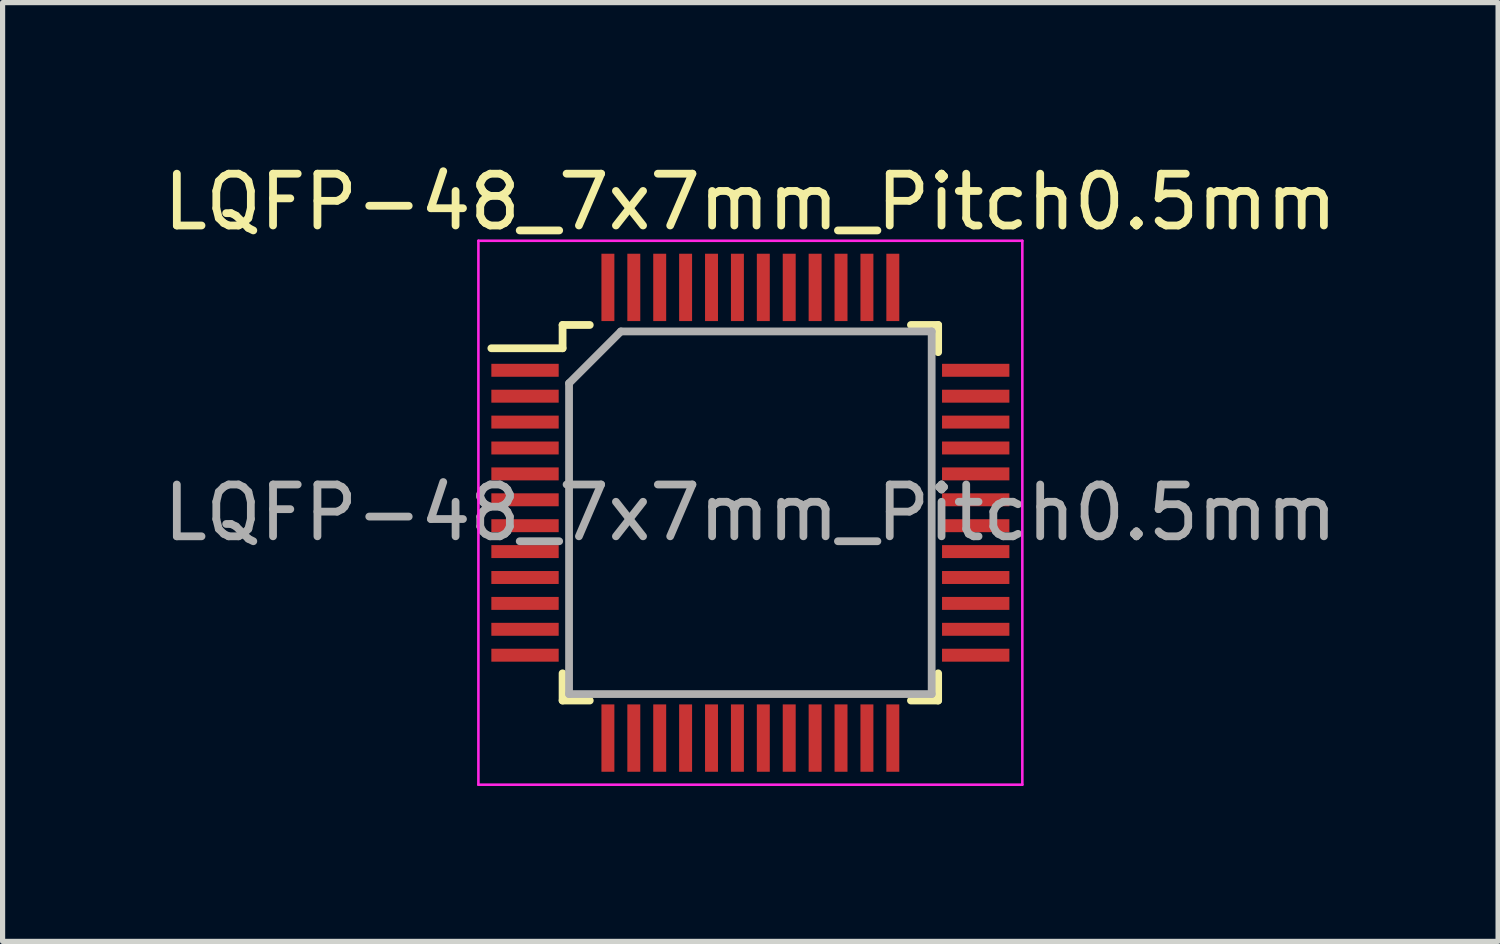
<source format=kicad_pcb>
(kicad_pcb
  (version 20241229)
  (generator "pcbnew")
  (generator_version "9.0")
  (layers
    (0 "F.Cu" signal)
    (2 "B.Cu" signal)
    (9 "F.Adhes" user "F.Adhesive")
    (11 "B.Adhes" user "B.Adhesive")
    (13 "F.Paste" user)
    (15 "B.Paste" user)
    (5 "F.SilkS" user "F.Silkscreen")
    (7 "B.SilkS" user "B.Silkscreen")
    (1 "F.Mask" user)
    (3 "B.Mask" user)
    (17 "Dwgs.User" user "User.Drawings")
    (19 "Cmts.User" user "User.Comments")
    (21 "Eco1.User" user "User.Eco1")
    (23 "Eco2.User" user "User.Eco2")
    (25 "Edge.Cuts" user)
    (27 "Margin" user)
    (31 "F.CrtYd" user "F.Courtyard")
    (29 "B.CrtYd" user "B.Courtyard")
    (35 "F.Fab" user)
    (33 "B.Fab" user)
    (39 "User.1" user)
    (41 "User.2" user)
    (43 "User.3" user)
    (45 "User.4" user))
  (footprint "LQFP-48_7x7mm_Pitch0.5mm"
    (layer "F.Cu")
    (at 11.435 6.848)
    (property "Reference" "LQFP-48_7x7mm_Pitch0.5mm" (at 0 -6 0) (layer "F.SilkS") (effects (font (size 1 1) (thickness 0.15))))
    (attr smd)
    (fp_line (start -3.625 -3.625) (end -3.625 -3.175) (stroke (width 0.15) (type solid)) (layer "F.SilkS"))
    (fp_line (start -3.625 -3.625) (end -3.1 -3.625) (stroke (width 0.15) (type solid)) (layer "F.SilkS"))
    (fp_line (start -3.625 -3.175) (end -5 -3.175) (stroke (width 0.15) (type solid)) (layer "F.SilkS"))
    (fp_line (start -3.625 3.625) (end -3.625 3.1) (stroke (width 0.15) (type solid)) (layer "F.SilkS"))
    (fp_line (start -3.625 3.625) (end -3.1 3.625) (stroke (width 0.15) (type solid)) (layer "F.SilkS"))
    (fp_line (start 3.625 -3.625) (end 3.1 -3.625) (stroke (width 0.15) (type solid)) (layer "F.SilkS"))
    (fp_line (start 3.625 -3.625) (end 3.625 -3.1) (stroke (width 0.15) (type solid)) (layer "F.SilkS"))
    (fp_line (start 3.625 3.625) (end 3.1 3.625) (stroke (width 0.15) (type solid)) (layer "F.SilkS"))
    (fp_line (start 3.625 3.625) (end 3.625 3.1) (stroke (width 0.15) (type solid)) (layer "F.SilkS"))
    (fp_line (start -5.25 -5.25) (end -5.25 5.25) (stroke (width 0.05) (type solid)) (layer "F.CrtYd"))
    (fp_line (start -5.25 -5.25) (end 5.25 -5.25) (stroke (width 0.05) (type solid)) (layer "F.CrtYd"))
    (fp_line (start -5.25 5.25) (end 5.25 5.25) (stroke (width 0.05) (type solid)) (layer "F.CrtYd"))
    (fp_line (start 5.25 -5.25) (end 5.25 5.25) (stroke (width 0.05) (type solid)) (layer "F.CrtYd"))
    (fp_line (start -3.5 -2.5) (end -2.5 -3.5) (stroke (width 0.15) (type solid)) (layer "F.Fab"))
    (fp_line (start -3.5 3.5) (end -3.5 -2.5) (stroke (width 0.15) (type solid)) (layer "F.Fab"))
    (fp_line (start -2.5 -3.5) (end 3.5 -3.5) (stroke (width 0.15) (type solid)) (layer "F.Fab"))
    (fp_line (start 3.5 -3.5) (end 3.5 3.5) (stroke (width 0.15) (type solid)) (layer "F.Fab"))
    (fp_line (start 3.5 3.5) (end -3.5 3.5) (stroke (width 0.15) (type solid)) (layer "F.Fab"))
    (fp_text user "${REFERENCE}" (at 0 0 0) (layer "F.Fab") (effects (font (size 1 1) (thickness 0.15))))
    (pad "1" smd rect (at -4.35 -2.75) (size 1.3 0.25) (layers "F.Cu" "F.Mask" "F.Paste"))
    (pad "2" smd rect (at -4.35 -2.25) (size 1.3 0.25) (layers "F.Cu" "F.Mask" "F.Paste"))
    (pad "3" smd rect (at -4.35 -1.75) (size 1.3 0.25) (layers "F.Cu" "F.Mask" "F.Paste"))
    (pad "4" smd rect (at -4.35 -1.25) (size 1.3 0.25) (layers "F.Cu" "F.Mask" "F.Paste"))
    (pad "5" smd rect (at -4.35 -0.75) (size 1.3 0.25) (layers "F.Cu" "F.Mask" "F.Paste"))
    (pad "6" smd rect (at -4.35 -0.25) (size 1.3 0.25) (layers "F.Cu" "F.Mask" "F.Paste"))
    (pad "7" smd rect (at -4.35 0.25) (size 1.3 0.25) (layers "F.Cu" "F.Mask" "F.Paste"))
    (pad "8" smd rect (at -4.35 0.75) (size 1.3 0.25) (layers "F.Cu" "F.Mask" "F.Paste"))
    (pad "9" smd rect (at -4.35 1.25) (size 1.3 0.25) (layers "F.Cu" "F.Mask" "F.Paste"))
    (pad "10" smd rect (at -4.35 1.75) (size 1.3 0.25) (layers "F.Cu" "F.Mask" "F.Paste"))
    (pad "11" smd rect (at -4.35 2.25) (size 1.3 0.25) (layers "F.Cu" "F.Mask" "F.Paste"))
    (pad "12" smd rect (at -4.35 2.75) (size 1.3 0.25) (layers "F.Cu" "F.Mask" "F.Paste"))
    (pad "13" smd rect (at -2.75 4.35 90) (size 1.3 0.25) (layers "F.Cu" "F.Mask" "F.Paste"))
    (pad "14" smd rect (at -2.25 4.35 90) (size 1.3 0.25) (layers "F.Cu" "F.Mask" "F.Paste"))
    (pad "15" smd rect (at -1.75 4.35 90) (size 1.3 0.25) (layers "F.Cu" "F.Mask" "F.Paste"))
    (pad "16" smd rect (at -1.25 4.35 90) (size 1.3 0.25) (layers "F.Cu" "F.Mask" "F.Paste"))
    (pad "17" smd rect (at -0.75 4.35 90) (size 1.3 0.25) (layers "F.Cu" "F.Mask" "F.Paste"))
    (pad "18" smd rect (at -0.25 4.35 90) (size 1.3 0.25) (layers "F.Cu" "F.Mask" "F.Paste"))
    (pad "19" smd rect (at 0.25 4.35 90) (size 1.3 0.25) (layers "F.Cu" "F.Mask" "F.Paste"))
    (pad "20" smd rect (at 0.75 4.35 90) (size 1.3 0.25) (layers "F.Cu" "F.Mask" "F.Paste"))
    (pad "21" smd rect (at 1.25 4.35 90) (size 1.3 0.25) (layers "F.Cu" "F.Mask" "F.Paste"))
    (pad "22" smd rect (at 1.75 4.35 90) (size 1.3 0.25) (layers "F.Cu" "F.Mask" "F.Paste"))
    (pad "23" smd rect (at 2.25 4.35 90) (size 1.3 0.25) (layers "F.Cu" "F.Mask" "F.Paste"))
    (pad "24" smd rect (at 2.75 4.35 90) (size 1.3 0.25) (layers "F.Cu" "F.Mask" "F.Paste"))
    (pad "25" smd rect (at 4.35 2.75) (size 1.3 0.25) (layers "F.Cu" "F.Mask" "F.Paste"))
    (pad "26" smd rect (at 4.35 2.25) (size 1.3 0.25) (layers "F.Cu" "F.Mask" "F.Paste"))
    (pad "27" smd rect (at 4.35 1.75) (size 1.3 0.25) (layers "F.Cu" "F.Mask" "F.Paste"))
    (pad "28" smd rect (at 4.35 1.25) (size 1.3 0.25) (layers "F.Cu" "F.Mask" "F.Paste"))
    (pad "29" smd rect (at 4.35 0.75) (size 1.3 0.25) (layers "F.Cu" "F.Mask" "F.Paste"))
    (pad "30" smd rect (at 4.35 0.25) (size 1.3 0.25) (layers "F.Cu" "F.Mask" "F.Paste"))
    (pad "31" smd rect (at 4.35 -0.25) (size 1.3 0.25) (layers "F.Cu" "F.Mask" "F.Paste"))
    (pad "32" smd rect (at 4.35 -0.75) (size 1.3 0.25) (layers "F.Cu" "F.Mask" "F.Paste"))
    (pad "33" smd rect (at 4.35 -1.25) (size 1.3 0.25) (layers "F.Cu" "F.Mask" "F.Paste"))
    (pad "34" smd rect (at 4.35 -1.75) (size 1.3 0.25) (layers "F.Cu" "F.Mask" "F.Paste"))
    (pad "35" smd rect (at 4.35 -2.25) (size 1.3 0.25) (layers "F.Cu" "F.Mask" "F.Paste"))
    (pad "36" smd rect (at 4.35 -2.75) (size 1.3 0.25) (layers "F.Cu" "F.Mask" "F.Paste"))
    (pad "37" smd rect (at 2.75 -4.35 90) (size 1.3 0.25) (layers "F.Cu" "F.Mask" "F.Paste"))
    (pad "38" smd rect (at 2.25 -4.35 90) (size 1.3 0.25) (layers "F.Cu" "F.Mask" "F.Paste"))
    (pad "39" smd rect (at 1.75 -4.35 90) (size 1.3 0.25) (layers "F.Cu" "F.Mask" "F.Paste"))
    (pad "40" smd rect (at 1.25 -4.35 90) (size 1.3 0.25) (layers "F.Cu" "F.Mask" "F.Paste"))
    (pad "41" smd rect (at 0.75 -4.35 90) (size 1.3 0.25) (layers "F.Cu" "F.Mask" "F.Paste"))
    (pad "42" smd rect (at 0.25 -4.35 90) (size 1.3 0.25) (layers "F.Cu" "F.Mask" "F.Paste"))
    (pad "43" smd rect (at -0.25 -4.35 90) (size 1.3 0.25) (layers "F.Cu" "F.Mask" "F.Paste"))
    (pad "44" smd rect (at -0.75 -4.35 90) (size 1.3 0.25) (layers "F.Cu" "F.Mask" "F.Paste"))
    (pad "45" smd rect (at -1.25 -4.35 90) (size 1.3 0.25) (layers "F.Cu" "F.Mask" "F.Paste"))
    (pad "46" smd rect (at -1.75 -4.35 90) (size 1.3 0.25) (layers "F.Cu" "F.Mask" "F.Paste"))
    (pad "47" smd rect (at -2.25 -4.35 90) (size 1.3 0.25) (layers "F.Cu" "F.Mask" "F.Paste"))
    (pad "48" smd rect (at -2.75 -4.35 90) (size 1.3 0.25) (layers "F.Cu" "F.Mask" "F.Paste")))
  (gr_rect
    (start -3 -3)
    (end 25.869 15.123)
    (stroke (width 0.1) (type default))
    (fill no)
    (layer "Edge.Cuts")))
</source>
